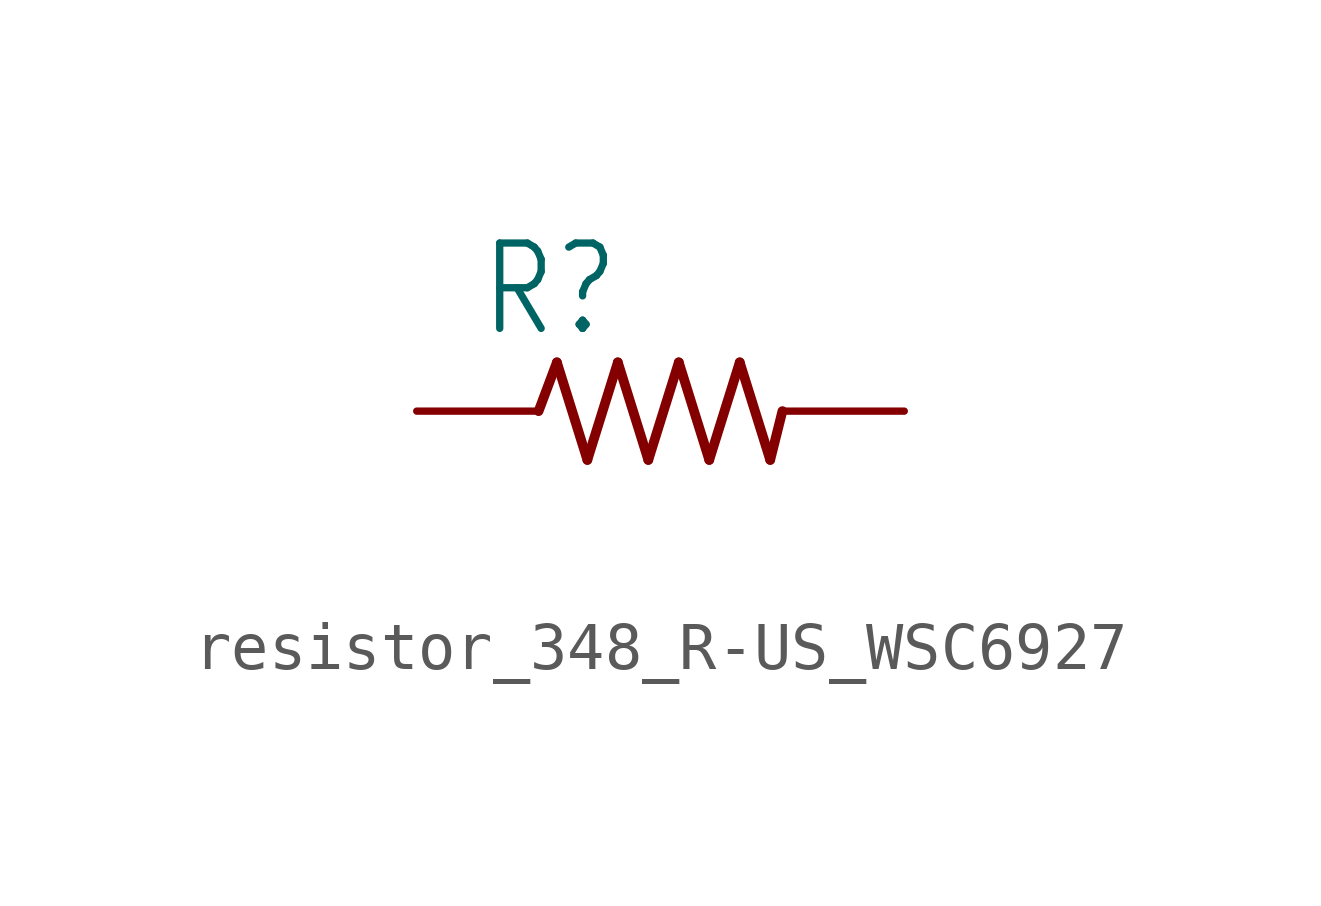
<source format=kicad_sym>
(kicad_symbol_lib
  (version 20241209)
  (generator "kicad_symbol_editor")
  (generator_version "9.0")
  (symbol "resistor_348_R-US_WSC6927"
    (property "Reference" "R"
      (at -3.81 1.499 0)
      (effects (font (size 1.778 1.511)) (justify left bottom)))
    (property "Value" ""
      (at -3.81 -3.302 0)
      (effects (font (size 1.778 1.511)) (justify left bottom)))
    (property "ki_locked" ""
      (at 0 0 0)
      (effects (font (size 1.27 1.27))))
    (symbol "resistor_348_R-US_WSC6927_1_0"
      (polyline (pts (xy -2.54 0) (xy -2.159 1.016)) (stroke (width 0.203) (type solid)) (fill (type none)))
      (polyline (pts (xy -2.159 1.016) (xy -1.524 -1.016)) (stroke (width 0.203) (type solid)) (fill (type none)))
      (polyline (pts (xy -1.524 -1.016) (xy -0.889 1.016)) (stroke (width 0.203) (type solid)) (fill (type none)))
      (polyline (pts (xy -0.889 1.016) (xy -0.254 -1.016)) (stroke (width 0.203) (type solid)) (fill (type none)))
      (polyline (pts (xy -0.254 -1.016) (xy 0.381 1.016)) (stroke (width 0.203) (type solid)) (fill (type none)))
      (polyline (pts (xy 0.381 1.016) (xy 1.016 -1.016)) (stroke (width 0.203) (type solid)) (fill (type none)))
      (polyline (pts (xy 1.016 -1.016) (xy 1.651 1.016)) (stroke (width 0.203) (type solid)) (fill (type none)))
      (polyline (pts (xy 1.651 1.016) (xy 2.286 -1.016)) (stroke (width 0.203) (type solid)) (fill (type none)))
      (polyline (pts (xy 2.286 -1.016) (xy 2.54 0)) (stroke (width 0.203) (type solid)) (fill (type none)))
      (pin passive line (at -5.08 0 0) (length 2.54) (name "1" (effects (font (size 0 0)))) (number "1" (effects (font (size 0 0)))))
      (pin passive line (at 5.08 0 180) (length 2.54) (name "2" (effects (font (size 0 0)))) (number "2" (effects (font (size 0 0))))))))
</source>
